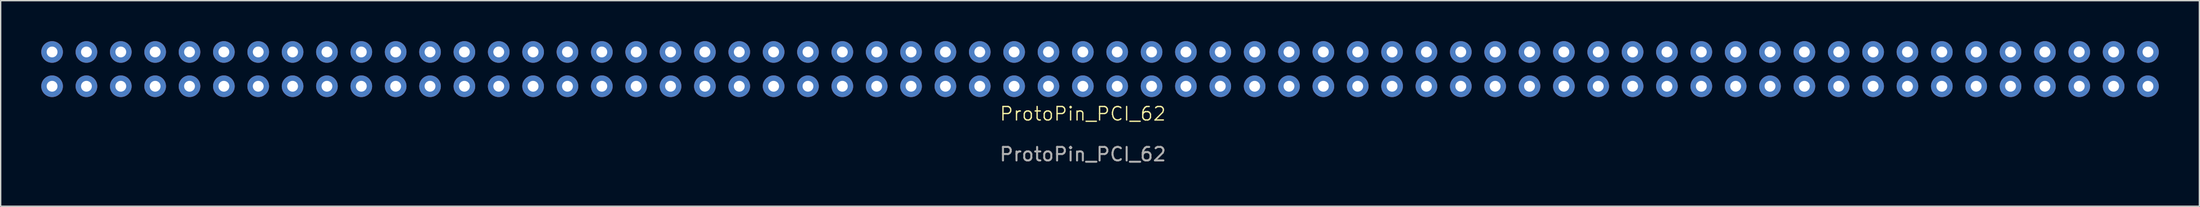
<source format=kicad_pcb>
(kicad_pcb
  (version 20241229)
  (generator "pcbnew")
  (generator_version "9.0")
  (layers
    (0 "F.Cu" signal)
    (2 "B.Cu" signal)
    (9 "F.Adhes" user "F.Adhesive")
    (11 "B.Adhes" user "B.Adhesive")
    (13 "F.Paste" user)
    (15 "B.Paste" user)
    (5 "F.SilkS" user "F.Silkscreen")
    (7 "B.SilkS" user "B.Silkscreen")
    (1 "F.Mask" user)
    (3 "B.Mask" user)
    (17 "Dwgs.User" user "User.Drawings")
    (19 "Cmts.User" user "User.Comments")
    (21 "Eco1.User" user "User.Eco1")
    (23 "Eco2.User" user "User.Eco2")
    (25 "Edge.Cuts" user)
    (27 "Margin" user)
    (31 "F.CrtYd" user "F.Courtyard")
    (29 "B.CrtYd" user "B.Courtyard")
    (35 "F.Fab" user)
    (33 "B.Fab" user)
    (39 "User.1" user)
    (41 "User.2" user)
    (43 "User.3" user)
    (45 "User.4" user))
  (footprint "ProtoPin_PCI_62"
    (layer "F.Cu")
    (at 77 5.88)
    (property "Reference" "ProtoPin_PCI_62" (at 0 -0.5 0) (unlocked yes) (layer "F.SilkS") (effects (font (size 1 1) (thickness 0.1))))
    (attr through_hole)
    (fp_text user "${REFERENCE}" (at 0 2.5 0) (unlocked yes) (layer "F.Fab") (effects (font (size 1 1) (thickness 0.15))))
    (pad "A1" thru_hole circle (at -76.2 -5.08) (size 1.6 1.6) (drill 0.8) (layers "*.Cu" "*.Mask"))
    (pad "A2" thru_hole circle (at -73.66 -5.08) (size 1.6 1.6) (drill 0.8) (layers "*.Cu" "*.Mask"))
    (pad "A3" thru_hole circle (at -71.12 -5.08) (size 1.6 1.6) (drill 0.8) (layers "*.Cu" "*.Mask"))
    (pad "A4" thru_hole circle (at -68.58 -5.08) (size 1.6 1.6) (drill 0.8) (layers "*.Cu" "*.Mask"))
    (pad "A5" thru_hole circle (at -66.04 -5.08) (size 1.6 1.6) (drill 0.8) (layers "*.Cu" "*.Mask"))
    (pad "A6" thru_hole circle (at -63.5 -5.08) (size 1.6 1.6) (drill 0.8) (layers "*.Cu" "*.Mask"))
    (pad "A7" thru_hole circle (at -60.96 -5.08) (size 1.6 1.6) (drill 0.8) (layers "*.Cu" "*.Mask"))
    (pad "A8" thru_hole circle (at -58.42 -5.08) (size 1.6 1.6) (drill 0.8) (layers "*.Cu" "*.Mask"))
    (pad "A9" thru_hole circle (at -55.88 -5.08) (size 1.6 1.6) (drill 0.8) (layers "*.Cu" "*.Mask"))
    (pad "A10" thru_hole circle (at -53.34 -5.08) (size 1.6 1.6) (drill 0.8) (layers "*.Cu" "*.Mask"))
    (pad "A11" thru_hole circle (at -50.8 -5.08) (size 1.6 1.6) (drill 0.8) (layers "*.Cu" "*.Mask"))
    (pad "A12" thru_hole circle (at -48.26 -5.08) (size 1.6 1.6) (drill 0.8) (layers "*.Cu" "*.Mask"))
    (pad "A13" thru_hole circle (at -45.72 -5.08) (size 1.6 1.6) (drill 0.8) (layers "*.Cu" "*.Mask"))
    (pad "A14" thru_hole circle (at -43.18 -5.08) (size 1.6 1.6) (drill 0.8) (layers "*.Cu" "*.Mask"))
    (pad "A15" thru_hole circle (at -40.64 -5.08) (size 1.6 1.6) (drill 0.8) (layers "*.Cu" "*.Mask"))
    (pad "A16" thru_hole circle (at -38.1 -5.08) (size 1.6 1.6) (drill 0.8) (layers "*.Cu" "*.Mask"))
    (pad "A17" thru_hole circle (at -35.56 -5.08) (size 1.6 1.6) (drill 0.8) (layers "*.Cu" "*.Mask"))
    (pad "A18" thru_hole circle (at -33.02 -5.08) (size 1.6 1.6) (drill 0.8) (layers "*.Cu" "*.Mask"))
    (pad "A19" thru_hole circle (at -30.48 -5.08) (size 1.6 1.6) (drill 0.8) (layers "*.Cu" "*.Mask"))
    (pad "A20" thru_hole circle (at -27.94 -5.08) (size 1.6 1.6) (drill 0.8) (layers "*.Cu" "*.Mask"))
    (pad "A21" thru_hole circle (at -25.4 -5.08) (size 1.6 1.6) (drill 0.8) (layers "*.Cu" "*.Mask"))
    (pad "A22" thru_hole circle (at -22.86 -5.08) (size 1.6 1.6) (drill 0.8) (layers "*.Cu" "*.Mask"))
    (pad "A23" thru_hole circle (at -20.32 -5.08) (size 1.6 1.6) (drill 0.8) (layers "*.Cu" "*.Mask"))
    (pad "A24" thru_hole circle (at -17.78 -5.08) (size 1.6 1.6) (drill 0.8) (layers "*.Cu" "*.Mask"))
    (pad "A25" thru_hole circle (at -15.24 -5.08) (size 1.6 1.6) (drill 0.8) (layers "*.Cu" "*.Mask"))
    (pad "A26" thru_hole circle (at -12.7 -5.08) (size 1.6 1.6) (drill 0.8) (layers "*.Cu" "*.Mask"))
    (pad "A27" thru_hole circle (at -10.16 -5.08) (size 1.6 1.6) (drill 0.8) (layers "*.Cu" "*.Mask"))
    (pad "A28" thru_hole circle (at -7.62 -5.08) (size 1.6 1.6) (drill 0.8) (layers "*.Cu" "*.Mask"))
    (pad "A29" thru_hole circle (at -5.08 -5.08) (size 1.6 1.6) (drill 0.8) (layers "*.Cu" "*.Mask"))
    (pad "A30" thru_hole circle (at -2.54 -5.08) (size 1.6 1.6) (drill 0.8) (layers "*.Cu" "*.Mask"))
    (pad "A31" thru_hole circle (at 0 -5.08) (size 1.6 1.6) (drill 0.8) (layers "*.Cu" "*.Mask"))
    (pad "A32" thru_hole circle (at 2.54 -5.08) (size 1.6 1.6) (drill 0.8) (layers "*.Cu" "*.Mask"))
    (pad "A33" thru_hole circle (at 5.08 -5.08) (size 1.6 1.6) (drill 0.8) (layers "*.Cu" "*.Mask"))
    (pad "A34" thru_hole circle (at 7.62 -5.08) (size 1.6 1.6) (drill 0.8) (layers "*.Cu" "*.Mask"))
    (pad "A35" thru_hole circle (at 10.16 -5.08) (size 1.6 1.6) (drill 0.8) (layers "*.Cu" "*.Mask"))
    (pad "A36" thru_hole circle (at 12.7 -5.08) (size 1.6 1.6) (drill 0.8) (layers "*.Cu" "*.Mask"))
    (pad "A37" thru_hole circle (at 15.24 -5.08) (size 1.6 1.6) (drill 0.8) (layers "*.Cu" "*.Mask"))
    (pad "A38" thru_hole circle (at 17.78 -5.08) (size 1.6 1.6) (drill 0.8) (layers "*.Cu" "*.Mask"))
    (pad "A39" thru_hole circle (at 20.32 -5.08) (size 1.6 1.6) (drill 0.8) (layers "*.Cu" "*.Mask"))
    (pad "A40" thru_hole circle (at 22.86 -5.08) (size 1.6 1.6) (drill 0.8) (layers "*.Cu" "*.Mask"))
    (pad "A41" thru_hole circle (at 25.4 -5.08) (size 1.6 1.6) (drill 0.8) (layers "*.Cu" "*.Mask"))
    (pad "A42" thru_hole circle (at 27.94 -5.08) (size 1.6 1.6) (drill 0.8) (layers "*.Cu" "*.Mask"))
    (pad "A43" thru_hole circle (at 30.48 -5.08) (size 1.6 1.6) (drill 0.8) (layers "*.Cu" "*.Mask"))
    (pad "A44" thru_hole circle (at 33.02 -5.08) (size 1.6 1.6) (drill 0.8) (layers "*.Cu" "*.Mask"))
    (pad "A45" thru_hole circle (at 35.56 -5.08) (size 1.6 1.6) (drill 0.8) (layers "*.Cu" "*.Mask"))
    (pad "A46" thru_hole circle (at 38.1 -5.08) (size 1.6 1.6) (drill 0.8) (layers "*.Cu" "*.Mask"))
    (pad "A47" thru_hole circle (at 40.64 -5.08) (size 1.6 1.6) (drill 0.8) (layers "*.Cu" "*.Mask"))
    (pad "A48" thru_hole circle (at 43.18 -5.08) (size 1.6 1.6) (drill 0.8) (layers "*.Cu" "*.Mask"))
    (pad "A49" thru_hole circle (at 45.72 -5.08) (size 1.6 1.6) (drill 0.8) (layers "*.Cu" "*.Mask"))
    (pad "A50" thru_hole circle (at 48.26 -5.08) (size 1.6 1.6) (drill 0.8) (layers "*.Cu" "*.Mask"))
    (pad "A51" thru_hole circle (at 50.8 -5.08) (size 1.6 1.6) (drill 0.8) (layers "*.Cu" "*.Mask"))
    (pad "A52" thru_hole circle (at 53.34 -5.08) (size 1.6 1.6) (drill 0.8) (layers "*.Cu" "*.Mask"))
    (pad "A53" thru_hole circle (at 55.88 -5.08) (size 1.6 1.6) (drill 0.8) (layers "*.Cu" "*.Mask"))
    (pad "A54" thru_hole circle (at 58.42 -5.08) (size 1.6 1.6) (drill 0.8) (layers "*.Cu" "*.Mask"))
    (pad "A55" thru_hole circle (at 60.96 -5.08) (size 1.6 1.6) (drill 0.8) (layers "*.Cu" "*.Mask"))
    (pad "A56" thru_hole circle (at 63.5 -5.08) (size 1.6 1.6) (drill 0.8) (layers "*.Cu" "*.Mask"))
    (pad "A57" thru_hole circle (at 66.04 -5.08) (size 1.6 1.6) (drill 0.8) (layers "*.Cu" "*.Mask"))
    (pad "A58" thru_hole circle (at 68.58 -5.08) (size 1.6 1.6) (drill 0.8) (layers "*.Cu" "*.Mask"))
    (pad "A59" thru_hole circle (at 71.12 -5.08) (size 1.6 1.6) (drill 0.8) (layers "*.Cu" "*.Mask"))
    (pad "A60" thru_hole circle (at 73.66 -5.08) (size 1.6 1.6) (drill 0.8) (layers "*.Cu" "*.Mask"))
    (pad "A61" thru_hole circle (at 76.2 -5.08) (size 1.6 1.6) (drill 0.8) (layers "*.Cu" "*.Mask"))
    (pad "A62" thru_hole circle (at 78.74 -5.08) (size 1.6 1.6) (drill 0.8) (layers "*.Cu" "*.Mask"))
    (pad "B1" thru_hole circle (at -76.2 -2.54) (size 1.6 1.6) (drill 0.8) (layers "*.Cu" "*.Mask"))
    (pad "B2" thru_hole circle (at -73.66 -2.54) (size 1.6 1.6) (drill 0.8) (layers "*.Cu" "*.Mask"))
    (pad "B3" thru_hole circle (at -71.12 -2.54) (size 1.6 1.6) (drill 0.8) (layers "*.Cu" "*.Mask"))
    (pad "B4" thru_hole circle (at -68.58 -2.54) (size 1.6 1.6) (drill 0.8) (layers "*.Cu" "*.Mask"))
    (pad "B5" thru_hole circle (at -66.04 -2.54) (size 1.6 1.6) (drill 0.8) (layers "*.Cu" "*.Mask"))
    (pad "B6" thru_hole circle (at -63.5 -2.54) (size 1.6 1.6) (drill 0.8) (layers "*.Cu" "*.Mask"))
    (pad "B7" thru_hole circle (at -60.96 -2.54) (size 1.6 1.6) (drill 0.8) (layers "*.Cu" "*.Mask"))
    (pad "B8" thru_hole circle (at -58.42 -2.54) (size 1.6 1.6) (drill 0.8) (layers "*.Cu" "*.Mask"))
    (pad "B9" thru_hole circle (at -55.88 -2.54) (size 1.6 1.6) (drill 0.8) (layers "*.Cu" "*.Mask"))
    (pad "B10" thru_hole circle (at -53.34 -2.54) (size 1.6 1.6) (drill 0.8) (layers "*.Cu" "*.Mask"))
    (pad "B11" thru_hole circle (at -50.8 -2.54) (size 1.6 1.6) (drill 0.8) (layers "*.Cu" "*.Mask"))
    (pad "B12" thru_hole circle (at -48.26 -2.54) (size 1.6 1.6) (drill 0.8) (layers "*.Cu" "*.Mask"))
    (pad "B13" thru_hole circle (at -45.72 -2.54) (size 1.6 1.6) (drill 0.8) (layers "*.Cu" "*.Mask"))
    (pad "B14" thru_hole circle (at -43.18 -2.54) (size 1.6 1.6) (drill 0.8) (layers "*.Cu" "*.Mask"))
    (pad "B15" thru_hole circle (at -40.64 -2.54) (size 1.6 1.6) (drill 0.8) (layers "*.Cu" "*.Mask"))
    (pad "B16" thru_hole circle (at -38.1 -2.54) (size 1.6 1.6) (drill 0.8) (layers "*.Cu" "*.Mask"))
    (pad "B17" thru_hole circle (at -35.56 -2.54) (size 1.6 1.6) (drill 0.8) (layers "*.Cu" "*.Mask"))
    (pad "B18" thru_hole circle (at -33.02 -2.54) (size 1.6 1.6) (drill 0.8) (layers "*.Cu" "*.Mask"))
    (pad "B19" thru_hole circle (at -30.48 -2.54) (size 1.6 1.6) (drill 0.8) (layers "*.Cu" "*.Mask"))
    (pad "B20" thru_hole circle (at -27.94 -2.54) (size 1.6 1.6) (drill 0.8) (layers "*.Cu" "*.Mask"))
    (pad "B21" thru_hole circle (at -25.4 -2.54) (size 1.6 1.6) (drill 0.8) (layers "*.Cu" "*.Mask"))
    (pad "B22" thru_hole circle (at -22.86 -2.54) (size 1.6 1.6) (drill 0.8) (layers "*.Cu" "*.Mask"))
    (pad "B23" thru_hole circle (at -20.32 -2.54) (size 1.6 1.6) (drill 0.8) (layers "*.Cu" "*.Mask"))
    (pad "B24" thru_hole circle (at -17.78 -2.54) (size 1.6 1.6) (drill 0.8) (layers "*.Cu" "*.Mask"))
    (pad "B25" thru_hole circle (at -15.24 -2.54) (size 1.6 1.6) (drill 0.8) (layers "*.Cu" "*.Mask"))
    (pad "B26" thru_hole circle (at -12.7 -2.54) (size 1.6 1.6) (drill 0.8) (layers "*.Cu" "*.Mask"))
    (pad "B27" thru_hole circle (at -10.16 -2.54) (size 1.6 1.6) (drill 0.8) (layers "*.Cu" "*.Mask"))
    (pad "B28" thru_hole circle (at -7.62 -2.54) (size 1.6 1.6) (drill 0.8) (layers "*.Cu" "*.Mask"))
    (pad "B29" thru_hole circle (at -5.08 -2.54) (size 1.6 1.6) (drill 0.8) (layers "*.Cu" "*.Mask"))
    (pad "B30" thru_hole circle (at -2.54 -2.54) (size 1.6 1.6) (drill 0.8) (layers "*.Cu" "*.Mask"))
    (pad "B31" thru_hole circle (at 0 -2.54) (size 1.6 1.6) (drill 0.8) (layers "*.Cu" "*.Mask"))
    (pad "B32" thru_hole circle (at 2.54 -2.54) (size 1.6 1.6) (drill 0.8) (layers "*.Cu" "*.Mask"))
    (pad "B33" thru_hole circle (at 5.08 -2.54) (size 1.6 1.6) (drill 0.8) (layers "*.Cu" "*.Mask"))
    (pad "B34" thru_hole circle (at 7.62 -2.54) (size 1.6 1.6) (drill 0.8) (layers "*.Cu" "*.Mask"))
    (pad "B35" thru_hole circle (at 10.16 -2.54) (size 1.6 1.6) (drill 0.8) (layers "*.Cu" "*.Mask"))
    (pad "B36" thru_hole circle (at 12.7 -2.54) (size 1.6 1.6) (drill 0.8) (layers "*.Cu" "*.Mask"))
    (pad "B37" thru_hole circle (at 15.24 -2.54) (size 1.6 1.6) (drill 0.8) (layers "*.Cu" "*.Mask"))
    (pad "B38" thru_hole circle (at 17.78 -2.54) (size 1.6 1.6) (drill 0.8) (layers "*.Cu" "*.Mask"))
    (pad "B39" thru_hole circle (at 20.32 -2.54) (size 1.6 1.6) (drill 0.8) (layers "*.Cu" "*.Mask"))
    (pad "B40" thru_hole circle (at 22.86 -2.54) (size 1.6 1.6) (drill 0.8) (layers "*.Cu" "*.Mask"))
    (pad "B41" thru_hole circle (at 25.4 -2.54) (size 1.6 1.6) (drill 0.8) (layers "*.Cu" "*.Mask"))
    (pad "B42" thru_hole circle (at 27.94 -2.54) (size 1.6 1.6) (drill 0.8) (layers "*.Cu" "*.Mask"))
    (pad "B43" thru_hole circle (at 30.48 -2.54) (size 1.6 1.6) (drill 0.8) (layers "*.Cu" "*.Mask"))
    (pad "B44" thru_hole circle (at 33.02 -2.54) (size 1.6 1.6) (drill 0.8) (layers "*.Cu" "*.Mask"))
    (pad "B45" thru_hole circle (at 35.56 -2.54) (size 1.6 1.6) (drill 0.8) (layers "*.Cu" "*.Mask"))
    (pad "B46" thru_hole circle (at 38.1 -2.54) (size 1.6 1.6) (drill 0.8) (layers "*.Cu" "*.Mask"))
    (pad "B47" thru_hole circle (at 40.64 -2.54) (size 1.6 1.6) (drill 0.8) (layers "*.Cu" "*.Mask"))
    (pad "B48" thru_hole circle (at 43.18 -2.54) (size 1.6 1.6) (drill 0.8) (layers "*.Cu" "*.Mask"))
    (pad "B49" thru_hole circle (at 45.72 -2.54) (size 1.6 1.6) (drill 0.8) (layers "*.Cu" "*.Mask"))
    (pad "B50" thru_hole circle (at 48.26 -2.54) (size 1.6 1.6) (drill 0.8) (layers "*.Cu" "*.Mask"))
    (pad "B51" thru_hole circle (at 50.8 -2.54) (size 1.6 1.6) (drill 0.8) (layers "*.Cu" "*.Mask"))
    (pad "B52" thru_hole circle (at 53.34 -2.54) (size 1.6 1.6) (drill 0.8) (layers "*.Cu" "*.Mask"))
    (pad "B53" thru_hole circle (at 55.88 -2.54) (size 1.6 1.6) (drill 0.8) (layers "*.Cu" "*.Mask"))
    (pad "B54" thru_hole circle (at 58.42 -2.54) (size 1.6 1.6) (drill 0.8) (layers "*.Cu" "*.Mask"))
    (pad "B55" thru_hole circle (at 60.96 -2.54) (size 1.6 1.6) (drill 0.8) (layers "*.Cu" "*.Mask"))
    (pad "B56" thru_hole circle (at 63.5 -2.54) (size 1.6 1.6) (drill 0.8) (layers "*.Cu" "*.Mask"))
    (pad "B57" thru_hole circle (at 66.04 -2.54) (size 1.6 1.6) (drill 0.8) (layers "*.Cu" "*.Mask"))
    (pad "B58" thru_hole circle (at 68.58 -2.54) (size 1.6 1.6) (drill 0.8) (layers "*.Cu" "*.Mask"))
    (pad "B59" thru_hole circle (at 71.12 -2.54) (size 1.6 1.6) (drill 0.8) (layers "*.Cu" "*.Mask"))
    (pad "B60" thru_hole circle (at 73.66 -2.54) (size 1.6 1.6) (drill 0.8) (layers "*.Cu" "*.Mask"))
    (pad "B61" thru_hole circle (at 76.2 -2.54) (size 1.6 1.6) (drill 0.8) (layers "*.Cu" "*.Mask"))
    (pad "B62" thru_hole circle (at 78.74 -2.54) (size 1.6 1.6) (drill 0.8) (layers "*.Cu" "*.Mask")))
  (gr_rect
    (start -3 -3)
    (end 159.54 12.228)
    (stroke (width 0.1) (type default))
    (fill no)
    (layer "Edge.Cuts")))
</source>
